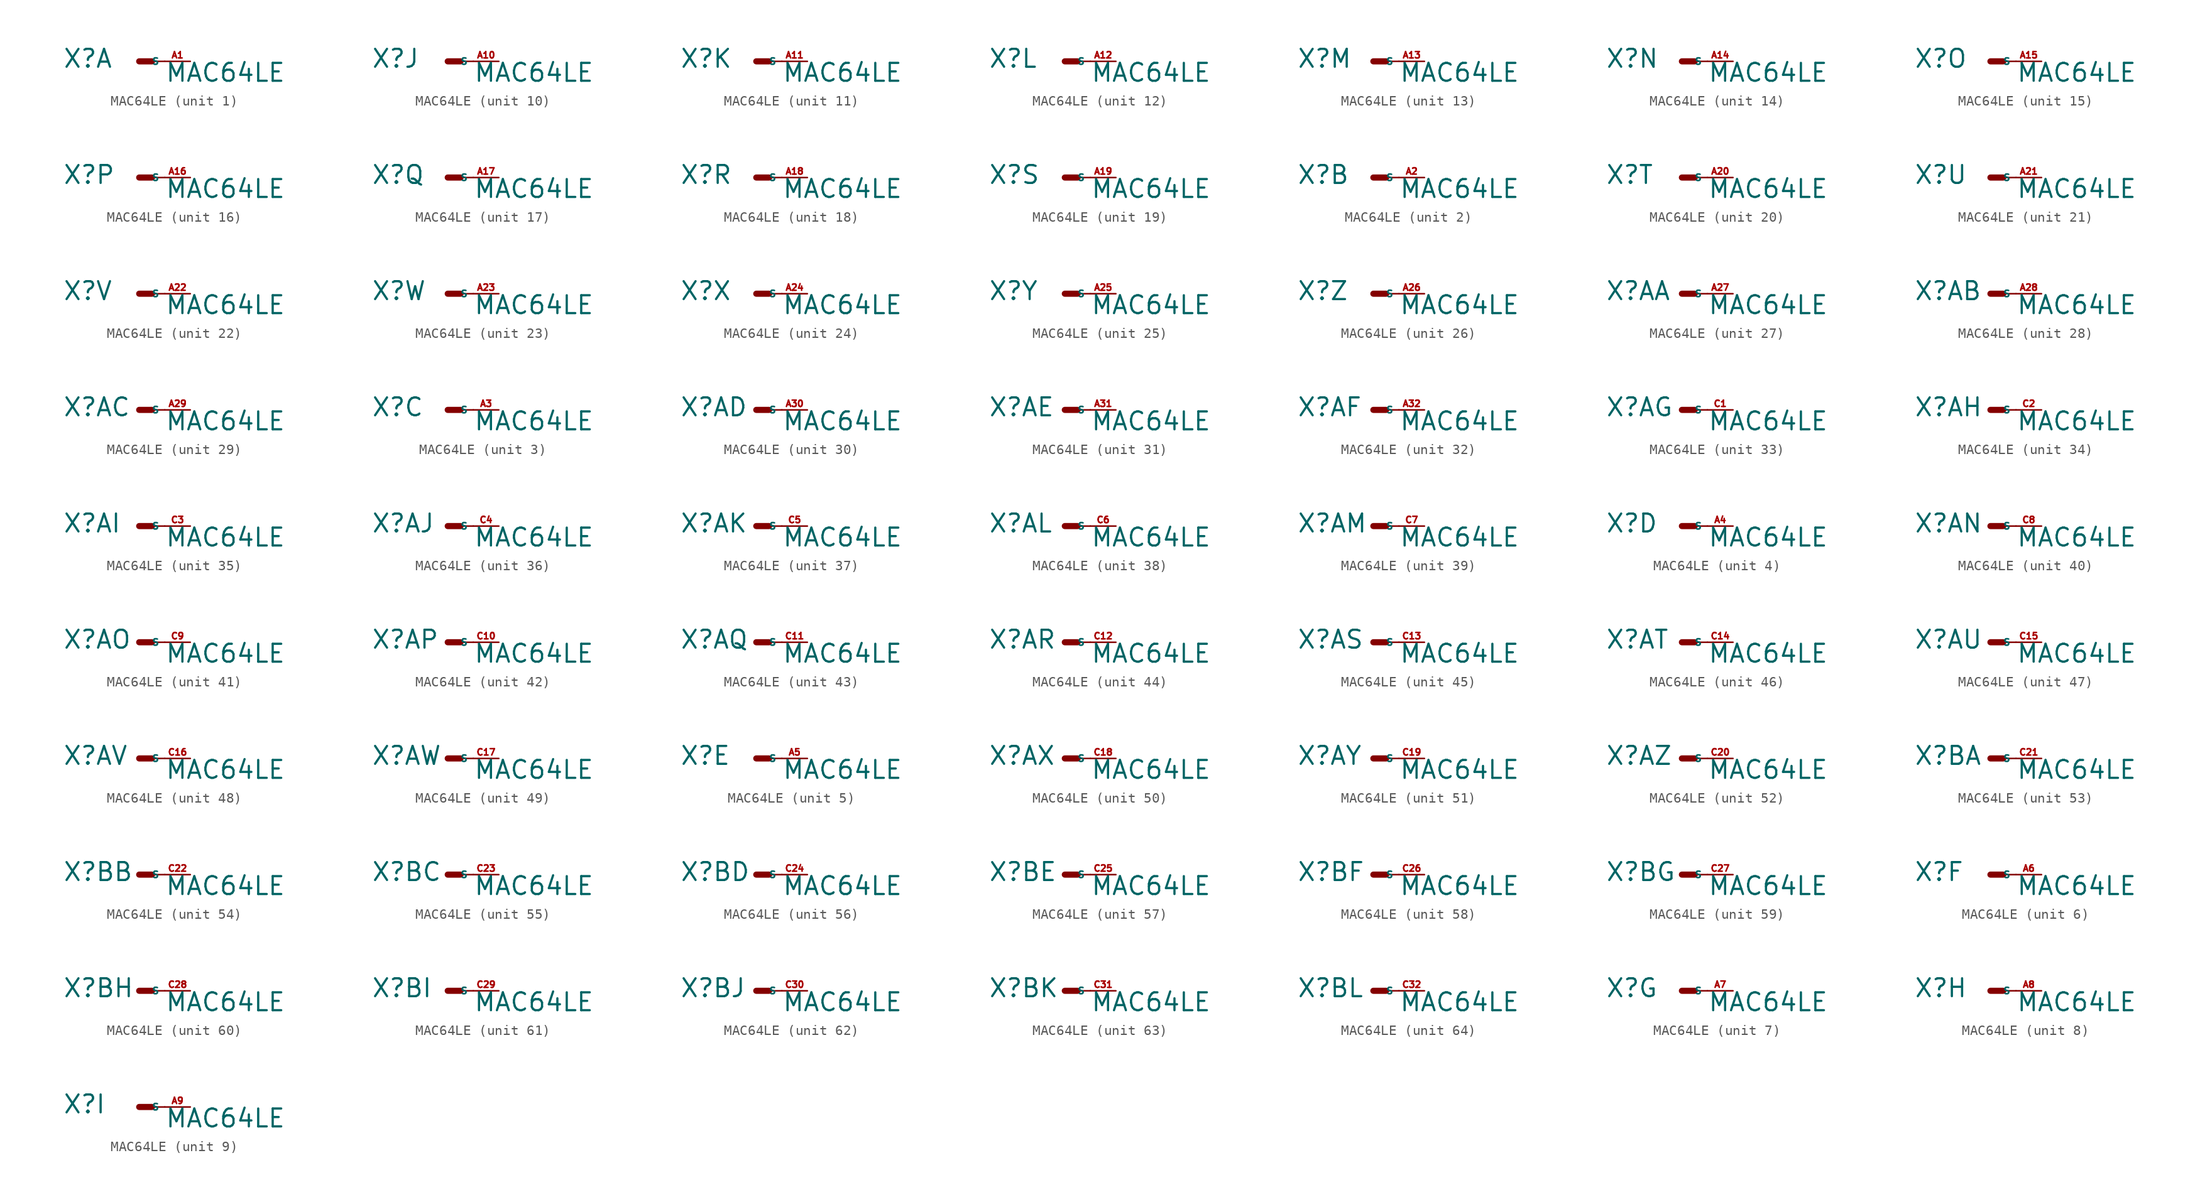
<source format=kicad_sym>
(kicad_symbol_lib
  (version 20220914)
  (generator Eagle2Kicad)
  (symbol "MAC64LE"
    (property "Reference" "X"
      (at -7.62 -0.762 0)
      (effects (font (size 1.778 1.778) (thickness 0.22)) (justify left bottom)))
    (property "Value" "MAC64LE"
      (at 2.54 -2.159 0)
      (effects (font (size 1.778 1.778) (thickness 0.22)) (justify left bottom)))
    (symbol "MAC64LE_1_0"
      (polyline (pts (xy 0 0) (xy 1.27 0)) (stroke (width 0.61) (type default)) (fill (type none)))
      (polyline (pts (xy 2.54 0) (xy 1.27 0)) (stroke (width 0.152) (type default)) (fill (type none)))
      (pin passive line (at 5.08 0 180) (length 2.54) (name "S" (effects (font (size 0.635 0.635) (thickness 0.08)) (justify left bottom))) (number "A1" (effects (font (size 0.635 0.635) (thickness 0.08)) (justify left bottom)))))
    (symbol "MAC64LE_2_0"
      (polyline (pts (xy 0 0) (xy 1.27 0)) (stroke (width 0.61) (type default)) (fill (type none)))
      (polyline (pts (xy 2.54 0) (xy 1.27 0)) (stroke (width 0.152) (type default)) (fill (type none)))
      (pin passive line (at 5.08 0 180) (length 2.54) (name "S" (effects (font (size 0.635 0.635) (thickness 0.08)) (justify left bottom))) (number "A2" (effects (font (size 0.635 0.635) (thickness 0.08)) (justify left bottom)))))
    (symbol "MAC64LE_3_0"
      (polyline (pts (xy 0 0) (xy 1.27 0)) (stroke (width 0.61) (type default)) (fill (type none)))
      (polyline (pts (xy 2.54 0) (xy 1.27 0)) (stroke (width 0.152) (type default)) (fill (type none)))
      (pin passive line (at 5.08 0 180) (length 2.54) (name "S" (effects (font (size 0.635 0.635) (thickness 0.08)) (justify left bottom))) (number "A3" (effects (font (size 0.635 0.635) (thickness 0.08)) (justify left bottom)))))
    (symbol "MAC64LE_4_0"
      (polyline (pts (xy 0 0) (xy 1.27 0)) (stroke (width 0.61) (type default)) (fill (type none)))
      (polyline (pts (xy 2.54 0) (xy 1.27 0)) (stroke (width 0.152) (type default)) (fill (type none)))
      (pin passive line (at 5.08 0 180) (length 2.54) (name "S" (effects (font (size 0.635 0.635) (thickness 0.08)) (justify left bottom))) (number "A4" (effects (font (size 0.635 0.635) (thickness 0.08)) (justify left bottom)))))
    (symbol "MAC64LE_5_0"
      (polyline (pts (xy 0 0) (xy 1.27 0)) (stroke (width 0.61) (type default)) (fill (type none)))
      (polyline (pts (xy 2.54 0) (xy 1.27 0)) (stroke (width 0.152) (type default)) (fill (type none)))
      (pin passive line (at 5.08 0 180) (length 2.54) (name "S" (effects (font (size 0.635 0.635) (thickness 0.08)) (justify left bottom))) (number "A5" (effects (font (size 0.635 0.635) (thickness 0.08)) (justify left bottom)))))
    (symbol "MAC64LE_6_0"
      (polyline (pts (xy 0 0) (xy 1.27 0)) (stroke (width 0.61) (type default)) (fill (type none)))
      (polyline (pts (xy 2.54 0) (xy 1.27 0)) (stroke (width 0.152) (type default)) (fill (type none)))
      (pin passive line (at 5.08 0 180) (length 2.54) (name "S" (effects (font (size 0.635 0.635) (thickness 0.08)) (justify left bottom))) (number "A6" (effects (font (size 0.635 0.635) (thickness 0.08)) (justify left bottom)))))
    (symbol "MAC64LE_7_0"
      (polyline (pts (xy 0 0) (xy 1.27 0)) (stroke (width 0.61) (type default)) (fill (type none)))
      (polyline (pts (xy 2.54 0) (xy 1.27 0)) (stroke (width 0.152) (type default)) (fill (type none)))
      (pin passive line (at 5.08 0 180) (length 2.54) (name "S" (effects (font (size 0.635 0.635) (thickness 0.08)) (justify left bottom))) (number "A7" (effects (font (size 0.635 0.635) (thickness 0.08)) (justify left bottom)))))
    (symbol "MAC64LE_8_0"
      (polyline (pts (xy 0 0) (xy 1.27 0)) (stroke (width 0.61) (type default)) (fill (type none)))
      (polyline (pts (xy 2.54 0) (xy 1.27 0)) (stroke (width 0.152) (type default)) (fill (type none)))
      (pin passive line (at 5.08 0 180) (length 2.54) (name "S" (effects (font (size 0.635 0.635) (thickness 0.08)) (justify left bottom))) (number "A8" (effects (font (size 0.635 0.635) (thickness 0.08)) (justify left bottom)))))
    (symbol "MAC64LE_9_0"
      (polyline (pts (xy 0 0) (xy 1.27 0)) (stroke (width 0.61) (type default)) (fill (type none)))
      (polyline (pts (xy 2.54 0) (xy 1.27 0)) (stroke (width 0.152) (type default)) (fill (type none)))
      (pin passive line (at 5.08 0 180) (length 2.54) (name "S" (effects (font (size 0.635 0.635) (thickness 0.08)) (justify left bottom))) (number "A9" (effects (font (size 0.635 0.635) (thickness 0.08)) (justify left bottom)))))
    (symbol "MAC64LE_10_0"
      (polyline (pts (xy 0 0) (xy 1.27 0)) (stroke (width 0.61) (type default)) (fill (type none)))
      (polyline (pts (xy 2.54 0) (xy 1.27 0)) (stroke (width 0.152) (type default)) (fill (type none)))
      (pin passive line (at 5.08 0 180) (length 2.54) (name "S" (effects (font (size 0.635 0.635) (thickness 0.08)) (justify left bottom))) (number "A10" (effects (font (size 0.635 0.635) (thickness 0.08)) (justify left bottom)))))
    (symbol "MAC64LE_11_0"
      (polyline (pts (xy 0 0) (xy 1.27 0)) (stroke (width 0.61) (type default)) (fill (type none)))
      (polyline (pts (xy 2.54 0) (xy 1.27 0)) (stroke (width 0.152) (type default)) (fill (type none)))
      (pin passive line (at 5.08 0 180) (length 2.54) (name "S" (effects (font (size 0.635 0.635) (thickness 0.08)) (justify left bottom))) (number "A11" (effects (font (size 0.635 0.635) (thickness 0.08)) (justify left bottom)))))
    (symbol "MAC64LE_12_0"
      (polyline (pts (xy 0 0) (xy 1.27 0)) (stroke (width 0.61) (type default)) (fill (type none)))
      (polyline (pts (xy 2.54 0) (xy 1.27 0)) (stroke (width 0.152) (type default)) (fill (type none)))
      (pin passive line (at 5.08 0 180) (length 2.54) (name "S" (effects (font (size 0.635 0.635) (thickness 0.08)) (justify left bottom))) (number "A12" (effects (font (size 0.635 0.635) (thickness 0.08)) (justify left bottom)))))
    (symbol "MAC64LE_13_0"
      (polyline (pts (xy 0 0) (xy 1.27 0)) (stroke (width 0.61) (type default)) (fill (type none)))
      (polyline (pts (xy 2.54 0) (xy 1.27 0)) (stroke (width 0.152) (type default)) (fill (type none)))
      (pin passive line (at 5.08 0 180) (length 2.54) (name "S" (effects (font (size 0.635 0.635) (thickness 0.08)) (justify left bottom))) (number "A13" (effects (font (size 0.635 0.635) (thickness 0.08)) (justify left bottom)))))
    (symbol "MAC64LE_14_0"
      (polyline (pts (xy 0 0) (xy 1.27 0)) (stroke (width 0.61) (type default)) (fill (type none)))
      (polyline (pts (xy 2.54 0) (xy 1.27 0)) (stroke (width 0.152) (type default)) (fill (type none)))
      (pin passive line (at 5.08 0 180) (length 2.54) (name "S" (effects (font (size 0.635 0.635) (thickness 0.08)) (justify left bottom))) (number "A14" (effects (font (size 0.635 0.635) (thickness 0.08)) (justify left bottom)))))
    (symbol "MAC64LE_15_0"
      (polyline (pts (xy 0 0) (xy 1.27 0)) (stroke (width 0.61) (type default)) (fill (type none)))
      (polyline (pts (xy 2.54 0) (xy 1.27 0)) (stroke (width 0.152) (type default)) (fill (type none)))
      (pin passive line (at 5.08 0 180) (length 2.54) (name "S" (effects (font (size 0.635 0.635) (thickness 0.08)) (justify left bottom))) (number "A15" (effects (font (size 0.635 0.635) (thickness 0.08)) (justify left bottom)))))
    (symbol "MAC64LE_16_0"
      (polyline (pts (xy 0 0) (xy 1.27 0)) (stroke (width 0.61) (type default)) (fill (type none)))
      (polyline (pts (xy 2.54 0) (xy 1.27 0)) (stroke (width 0.152) (type default)) (fill (type none)))
      (pin passive line (at 5.08 0 180) (length 2.54) (name "S" (effects (font (size 0.635 0.635) (thickness 0.08)) (justify left bottom))) (number "A16" (effects (font (size 0.635 0.635) (thickness 0.08)) (justify left bottom)))))
    (symbol "MAC64LE_17_0"
      (polyline (pts (xy 0 0) (xy 1.27 0)) (stroke (width 0.61) (type default)) (fill (type none)))
      (polyline (pts (xy 2.54 0) (xy 1.27 0)) (stroke (width 0.152) (type default)) (fill (type none)))
      (pin passive line (at 5.08 0 180) (length 2.54) (name "S" (effects (font (size 0.635 0.635) (thickness 0.08)) (justify left bottom))) (number "A17" (effects (font (size 0.635 0.635) (thickness 0.08)) (justify left bottom)))))
    (symbol "MAC64LE_18_0"
      (polyline (pts (xy 0 0) (xy 1.27 0)) (stroke (width 0.61) (type default)) (fill (type none)))
      (polyline (pts (xy 2.54 0) (xy 1.27 0)) (stroke (width 0.152) (type default)) (fill (type none)))
      (pin passive line (at 5.08 0 180) (length 2.54) (name "S" (effects (font (size 0.635 0.635) (thickness 0.08)) (justify left bottom))) (number "A18" (effects (font (size 0.635 0.635) (thickness 0.08)) (justify left bottom)))))
    (symbol "MAC64LE_19_0"
      (polyline (pts (xy 0 0) (xy 1.27 0)) (stroke (width 0.61) (type default)) (fill (type none)))
      (polyline (pts (xy 2.54 0) (xy 1.27 0)) (stroke (width 0.152) (type default)) (fill (type none)))
      (pin passive line (at 5.08 0 180) (length 2.54) (name "S" (effects (font (size 0.635 0.635) (thickness 0.08)) (justify left bottom))) (number "A19" (effects (font (size 0.635 0.635) (thickness 0.08)) (justify left bottom)))))
    (symbol "MAC64LE_20_0"
      (polyline (pts (xy 0 0) (xy 1.27 0)) (stroke (width 0.61) (type default)) (fill (type none)))
      (polyline (pts (xy 2.54 0) (xy 1.27 0)) (stroke (width 0.152) (type default)) (fill (type none)))
      (pin passive line (at 5.08 0 180) (length 2.54) (name "S" (effects (font (size 0.635 0.635) (thickness 0.08)) (justify left bottom))) (number "A20" (effects (font (size 0.635 0.635) (thickness 0.08)) (justify left bottom)))))
    (symbol "MAC64LE_21_0"
      (polyline (pts (xy 0 0) (xy 1.27 0)) (stroke (width 0.61) (type default)) (fill (type none)))
      (polyline (pts (xy 2.54 0) (xy 1.27 0)) (stroke (width 0.152) (type default)) (fill (type none)))
      (pin passive line (at 5.08 0 180) (length 2.54) (name "S" (effects (font (size 0.635 0.635) (thickness 0.08)) (justify left bottom))) (number "A21" (effects (font (size 0.635 0.635) (thickness 0.08)) (justify left bottom)))))
    (symbol "MAC64LE_22_0"
      (polyline (pts (xy 0 0) (xy 1.27 0)) (stroke (width 0.61) (type default)) (fill (type none)))
      (polyline (pts (xy 2.54 0) (xy 1.27 0)) (stroke (width 0.152) (type default)) (fill (type none)))
      (pin passive line (at 5.08 0 180) (length 2.54) (name "S" (effects (font (size 0.635 0.635) (thickness 0.08)) (justify left bottom))) (number "A22" (effects (font (size 0.635 0.635) (thickness 0.08)) (justify left bottom)))))
    (symbol "MAC64LE_23_0"
      (polyline (pts (xy 0 0) (xy 1.27 0)) (stroke (width 0.61) (type default)) (fill (type none)))
      (polyline (pts (xy 2.54 0) (xy 1.27 0)) (stroke (width 0.152) (type default)) (fill (type none)))
      (pin passive line (at 5.08 0 180) (length 2.54) (name "S" (effects (font (size 0.635 0.635) (thickness 0.08)) (justify left bottom))) (number "A23" (effects (font (size 0.635 0.635) (thickness 0.08)) (justify left bottom)))))
    (symbol "MAC64LE_24_0"
      (polyline (pts (xy 0 0) (xy 1.27 0)) (stroke (width 0.61) (type default)) (fill (type none)))
      (polyline (pts (xy 2.54 0) (xy 1.27 0)) (stroke (width 0.152) (type default)) (fill (type none)))
      (pin passive line (at 5.08 0 180) (length 2.54) (name "S" (effects (font (size 0.635 0.635) (thickness 0.08)) (justify left bottom))) (number "A24" (effects (font (size 0.635 0.635) (thickness 0.08)) (justify left bottom)))))
    (symbol "MAC64LE_25_0"
      (polyline (pts (xy 0 0) (xy 1.27 0)) (stroke (width 0.61) (type default)) (fill (type none)))
      (polyline (pts (xy 2.54 0) (xy 1.27 0)) (stroke (width 0.152) (type default)) (fill (type none)))
      (pin passive line (at 5.08 0 180) (length 2.54) (name "S" (effects (font (size 0.635 0.635) (thickness 0.08)) (justify left bottom))) (number "A25" (effects (font (size 0.635 0.635) (thickness 0.08)) (justify left bottom)))))
    (symbol "MAC64LE_26_0"
      (polyline (pts (xy 0 0) (xy 1.27 0)) (stroke (width 0.61) (type default)) (fill (type none)))
      (polyline (pts (xy 2.54 0) (xy 1.27 0)) (stroke (width 0.152) (type default)) (fill (type none)))
      (pin passive line (at 5.08 0 180) (length 2.54) (name "S" (effects (font (size 0.635 0.635) (thickness 0.08)) (justify left bottom))) (number "A26" (effects (font (size 0.635 0.635) (thickness 0.08)) (justify left bottom)))))
    (symbol "MAC64LE_27_0"
      (polyline (pts (xy 0 0) (xy 1.27 0)) (stroke (width 0.61) (type default)) (fill (type none)))
      (polyline (pts (xy 2.54 0) (xy 1.27 0)) (stroke (width 0.152) (type default)) (fill (type none)))
      (pin passive line (at 5.08 0 180) (length 2.54) (name "S" (effects (font (size 0.635 0.635) (thickness 0.08)) (justify left bottom))) (number "A27" (effects (font (size 0.635 0.635) (thickness 0.08)) (justify left bottom)))))
    (symbol "MAC64LE_28_0"
      (polyline (pts (xy 0 0) (xy 1.27 0)) (stroke (width 0.61) (type default)) (fill (type none)))
      (polyline (pts (xy 2.54 0) (xy 1.27 0)) (stroke (width 0.152) (type default)) (fill (type none)))
      (pin passive line (at 5.08 0 180) (length 2.54) (name "S" (effects (font (size 0.635 0.635) (thickness 0.08)) (justify left bottom))) (number "A28" (effects (font (size 0.635 0.635) (thickness 0.08)) (justify left bottom)))))
    (symbol "MAC64LE_29_0"
      (polyline (pts (xy 0 0) (xy 1.27 0)) (stroke (width 0.61) (type default)) (fill (type none)))
      (polyline (pts (xy 2.54 0) (xy 1.27 0)) (stroke (width 0.152) (type default)) (fill (type none)))
      (pin passive line (at 5.08 0 180) (length 2.54) (name "S" (effects (font (size 0.635 0.635) (thickness 0.08)) (justify left bottom))) (number "A29" (effects (font (size 0.635 0.635) (thickness 0.08)) (justify left bottom)))))
    (symbol "MAC64LE_30_0"
      (polyline (pts (xy 0 0) (xy 1.27 0)) (stroke (width 0.61) (type default)) (fill (type none)))
      (polyline (pts (xy 2.54 0) (xy 1.27 0)) (stroke (width 0.152) (type default)) (fill (type none)))
      (pin passive line (at 5.08 0 180) (length 2.54) (name "S" (effects (font (size 0.635 0.635) (thickness 0.08)) (justify left bottom))) (number "A30" (effects (font (size 0.635 0.635) (thickness 0.08)) (justify left bottom)))))
    (symbol "MAC64LE_31_0"
      (polyline (pts (xy 0 0) (xy 1.27 0)) (stroke (width 0.61) (type default)) (fill (type none)))
      (polyline (pts (xy 2.54 0) (xy 1.27 0)) (stroke (width 0.152) (type default)) (fill (type none)))
      (pin passive line (at 5.08 0 180) (length 2.54) (name "S" (effects (font (size 0.635 0.635) (thickness 0.08)) (justify left bottom))) (number "A31" (effects (font (size 0.635 0.635) (thickness 0.08)) (justify left bottom)))))
    (symbol "MAC64LE_32_0"
      (polyline (pts (xy 0 0) (xy 1.27 0)) (stroke (width 0.61) (type default)) (fill (type none)))
      (polyline (pts (xy 2.54 0) (xy 1.27 0)) (stroke (width 0.152) (type default)) (fill (type none)))
      (pin passive line (at 5.08 0 180) (length 2.54) (name "S" (effects (font (size 0.635 0.635) (thickness 0.08)) (justify left bottom))) (number "A32" (effects (font (size 0.635 0.635) (thickness 0.08)) (justify left bottom)))))
    (symbol "MAC64LE_33_0"
      (polyline (pts (xy 0 0) (xy 1.27 0)) (stroke (width 0.61) (type default)) (fill (type none)))
      (polyline (pts (xy 2.54 0) (xy 1.27 0)) (stroke (width 0.152) (type default)) (fill (type none)))
      (pin passive line (at 5.08 0 180) (length 2.54) (name "S" (effects (font (size 0.635 0.635) (thickness 0.08)) (justify left bottom))) (number "C1" (effects (font (size 0.635 0.635) (thickness 0.08)) (justify left bottom)))))
    (symbol "MAC64LE_34_0"
      (polyline (pts (xy 0 0) (xy 1.27 0)) (stroke (width 0.61) (type default)) (fill (type none)))
      (polyline (pts (xy 2.54 0) (xy 1.27 0)) (stroke (width 0.152) (type default)) (fill (type none)))
      (pin passive line (at 5.08 0 180) (length 2.54) (name "S" (effects (font (size 0.635 0.635) (thickness 0.08)) (justify left bottom))) (number "C2" (effects (font (size 0.635 0.635) (thickness 0.08)) (justify left bottom)))))
    (symbol "MAC64LE_35_0"
      (polyline (pts (xy 0 0) (xy 1.27 0)) (stroke (width 0.61) (type default)) (fill (type none)))
      (polyline (pts (xy 2.54 0) (xy 1.27 0)) (stroke (width 0.152) (type default)) (fill (type none)))
      (pin passive line (at 5.08 0 180) (length 2.54) (name "S" (effects (font (size 0.635 0.635) (thickness 0.08)) (justify left bottom))) (number "C3" (effects (font (size 0.635 0.635) (thickness 0.08)) (justify left bottom)))))
    (symbol "MAC64LE_36_0"
      (polyline (pts (xy 0 0) (xy 1.27 0)) (stroke (width 0.61) (type default)) (fill (type none)))
      (polyline (pts (xy 2.54 0) (xy 1.27 0)) (stroke (width 0.152) (type default)) (fill (type none)))
      (pin passive line (at 5.08 0 180) (length 2.54) (name "S" (effects (font (size 0.635 0.635) (thickness 0.08)) (justify left bottom))) (number "C4" (effects (font (size 0.635 0.635) (thickness 0.08)) (justify left bottom)))))
    (symbol "MAC64LE_37_0"
      (polyline (pts (xy 0 0) (xy 1.27 0)) (stroke (width 0.61) (type default)) (fill (type none)))
      (polyline (pts (xy 2.54 0) (xy 1.27 0)) (stroke (width 0.152) (type default)) (fill (type none)))
      (pin passive line (at 5.08 0 180) (length 2.54) (name "S" (effects (font (size 0.635 0.635) (thickness 0.08)) (justify left bottom))) (number "C5" (effects (font (size 0.635 0.635) (thickness 0.08)) (justify left bottom)))))
    (symbol "MAC64LE_38_0"
      (polyline (pts (xy 0 0) (xy 1.27 0)) (stroke (width 0.61) (type default)) (fill (type none)))
      (polyline (pts (xy 2.54 0) (xy 1.27 0)) (stroke (width 0.152) (type default)) (fill (type none)))
      (pin passive line (at 5.08 0 180) (length 2.54) (name "S" (effects (font (size 0.635 0.635) (thickness 0.08)) (justify left bottom))) (number "C6" (effects (font (size 0.635 0.635) (thickness 0.08)) (justify left bottom)))))
    (symbol "MAC64LE_39_0"
      (polyline (pts (xy 0 0) (xy 1.27 0)) (stroke (width 0.61) (type default)) (fill (type none)))
      (polyline (pts (xy 2.54 0) (xy 1.27 0)) (stroke (width 0.152) (type default)) (fill (type none)))
      (pin passive line (at 5.08 0 180) (length 2.54) (name "S" (effects (font (size 0.635 0.635) (thickness 0.08)) (justify left bottom))) (number "C7" (effects (font (size 0.635 0.635) (thickness 0.08)) (justify left bottom)))))
    (symbol "MAC64LE_40_0"
      (polyline (pts (xy 0 0) (xy 1.27 0)) (stroke (width 0.61) (type default)) (fill (type none)))
      (polyline (pts (xy 2.54 0) (xy 1.27 0)) (stroke (width 0.152) (type default)) (fill (type none)))
      (pin passive line (at 5.08 0 180) (length 2.54) (name "S" (effects (font (size 0.635 0.635) (thickness 0.08)) (justify left bottom))) (number "C8" (effects (font (size 0.635 0.635) (thickness 0.08)) (justify left bottom)))))
    (symbol "MAC64LE_41_0"
      (polyline (pts (xy 0 0) (xy 1.27 0)) (stroke (width 0.61) (type default)) (fill (type none)))
      (polyline (pts (xy 2.54 0) (xy 1.27 0)) (stroke (width 0.152) (type default)) (fill (type none)))
      (pin passive line (at 5.08 0 180) (length 2.54) (name "S" (effects (font (size 0.635 0.635) (thickness 0.08)) (justify left bottom))) (number "C9" (effects (font (size 0.635 0.635) (thickness 0.08)) (justify left bottom)))))
    (symbol "MAC64LE_42_0"
      (polyline (pts (xy 0 0) (xy 1.27 0)) (stroke (width 0.61) (type default)) (fill (type none)))
      (polyline (pts (xy 2.54 0) (xy 1.27 0)) (stroke (width 0.152) (type default)) (fill (type none)))
      (pin passive line (at 5.08 0 180) (length 2.54) (name "S" (effects (font (size 0.635 0.635) (thickness 0.08)) (justify left bottom))) (number "C10" (effects (font (size 0.635 0.635) (thickness 0.08)) (justify left bottom)))))
    (symbol "MAC64LE_43_0"
      (polyline (pts (xy 0 0) (xy 1.27 0)) (stroke (width 0.61) (type default)) (fill (type none)))
      (polyline (pts (xy 2.54 0) (xy 1.27 0)) (stroke (width 0.152) (type default)) (fill (type none)))
      (pin passive line (at 5.08 0 180) (length 2.54) (name "S" (effects (font (size 0.635 0.635) (thickness 0.08)) (justify left bottom))) (number "C11" (effects (font (size 0.635 0.635) (thickness 0.08)) (justify left bottom)))))
    (symbol "MAC64LE_44_0"
      (polyline (pts (xy 0 0) (xy 1.27 0)) (stroke (width 0.61) (type default)) (fill (type none)))
      (polyline (pts (xy 2.54 0) (xy 1.27 0)) (stroke (width 0.152) (type default)) (fill (type none)))
      (pin passive line (at 5.08 0 180) (length 2.54) (name "S" (effects (font (size 0.635 0.635) (thickness 0.08)) (justify left bottom))) (number "C12" (effects (font (size 0.635 0.635) (thickness 0.08)) (justify left bottom)))))
    (symbol "MAC64LE_45_0"
      (polyline (pts (xy 0 0) (xy 1.27 0)) (stroke (width 0.61) (type default)) (fill (type none)))
      (polyline (pts (xy 2.54 0) (xy 1.27 0)) (stroke (width 0.152) (type default)) (fill (type none)))
      (pin passive line (at 5.08 0 180) (length 2.54) (name "S" (effects (font (size 0.635 0.635) (thickness 0.08)) (justify left bottom))) (number "C13" (effects (font (size 0.635 0.635) (thickness 0.08)) (justify left bottom)))))
    (symbol "MAC64LE_46_0"
      (polyline (pts (xy 0 0) (xy 1.27 0)) (stroke (width 0.61) (type default)) (fill (type none)))
      (polyline (pts (xy 2.54 0) (xy 1.27 0)) (stroke (width 0.152) (type default)) (fill (type none)))
      (pin passive line (at 5.08 0 180) (length 2.54) (name "S" (effects (font (size 0.635 0.635) (thickness 0.08)) (justify left bottom))) (number "C14" (effects (font (size 0.635 0.635) (thickness 0.08)) (justify left bottom)))))
    (symbol "MAC64LE_47_0"
      (polyline (pts (xy 0 0) (xy 1.27 0)) (stroke (width 0.61) (type default)) (fill (type none)))
      (polyline (pts (xy 2.54 0) (xy 1.27 0)) (stroke (width 0.152) (type default)) (fill (type none)))
      (pin passive line (at 5.08 0 180) (length 2.54) (name "S" (effects (font (size 0.635 0.635) (thickness 0.08)) (justify left bottom))) (number "C15" (effects (font (size 0.635 0.635) (thickness 0.08)) (justify left bottom)))))
    (symbol "MAC64LE_48_0"
      (polyline (pts (xy 0 0) (xy 1.27 0)) (stroke (width 0.61) (type default)) (fill (type none)))
      (polyline (pts (xy 2.54 0) (xy 1.27 0)) (stroke (width 0.152) (type default)) (fill (type none)))
      (pin passive line (at 5.08 0 180) (length 2.54) (name "S" (effects (font (size 0.635 0.635) (thickness 0.08)) (justify left bottom))) (number "C16" (effects (font (size 0.635 0.635) (thickness 0.08)) (justify left bottom)))))
    (symbol "MAC64LE_49_0"
      (polyline (pts (xy 0 0) (xy 1.27 0)) (stroke (width 0.61) (type default)) (fill (type none)))
      (polyline (pts (xy 2.54 0) (xy 1.27 0)) (stroke (width 0.152) (type default)) (fill (type none)))
      (pin passive line (at 5.08 0 180) (length 2.54) (name "S" (effects (font (size 0.635 0.635) (thickness 0.08)) (justify left bottom))) (number "C17" (effects (font (size 0.635 0.635) (thickness 0.08)) (justify left bottom)))))
    (symbol "MAC64LE_50_0"
      (polyline (pts (xy 0 0) (xy 1.27 0)) (stroke (width 0.61) (type default)) (fill (type none)))
      (polyline (pts (xy 2.54 0) (xy 1.27 0)) (stroke (width 0.152) (type default)) (fill (type none)))
      (pin passive line (at 5.08 0 180) (length 2.54) (name "S" (effects (font (size 0.635 0.635) (thickness 0.08)) (justify left bottom))) (number "C18" (effects (font (size 0.635 0.635) (thickness 0.08)) (justify left bottom)))))
    (symbol "MAC64LE_51_0"
      (polyline (pts (xy 0 0) (xy 1.27 0)) (stroke (width 0.61) (type default)) (fill (type none)))
      (polyline (pts (xy 2.54 0) (xy 1.27 0)) (stroke (width 0.152) (type default)) (fill (type none)))
      (pin passive line (at 5.08 0 180) (length 2.54) (name "S" (effects (font (size 0.635 0.635) (thickness 0.08)) (justify left bottom))) (number "C19" (effects (font (size 0.635 0.635) (thickness 0.08)) (justify left bottom)))))
    (symbol "MAC64LE_52_0"
      (polyline (pts (xy 0 0) (xy 1.27 0)) (stroke (width 0.61) (type default)) (fill (type none)))
      (polyline (pts (xy 2.54 0) (xy 1.27 0)) (stroke (width 0.152) (type default)) (fill (type none)))
      (pin passive line (at 5.08 0 180) (length 2.54) (name "S" (effects (font (size 0.635 0.635) (thickness 0.08)) (justify left bottom))) (number "C20" (effects (font (size 0.635 0.635) (thickness 0.08)) (justify left bottom)))))
    (symbol "MAC64LE_53_0"
      (polyline (pts (xy 0 0) (xy 1.27 0)) (stroke (width 0.61) (type default)) (fill (type none)))
      (polyline (pts (xy 2.54 0) (xy 1.27 0)) (stroke (width 0.152) (type default)) (fill (type none)))
      (pin passive line (at 5.08 0 180) (length 2.54) (name "S" (effects (font (size 0.635 0.635) (thickness 0.08)) (justify left bottom))) (number "C21" (effects (font (size 0.635 0.635) (thickness 0.08)) (justify left bottom)))))
    (symbol "MAC64LE_54_0"
      (polyline (pts (xy 0 0) (xy 1.27 0)) (stroke (width 0.61) (type default)) (fill (type none)))
      (polyline (pts (xy 2.54 0) (xy 1.27 0)) (stroke (width 0.152) (type default)) (fill (type none)))
      (pin passive line (at 5.08 0 180) (length 2.54) (name "S" (effects (font (size 0.635 0.635) (thickness 0.08)) (justify left bottom))) (number "C22" (effects (font (size 0.635 0.635) (thickness 0.08)) (justify left bottom)))))
    (symbol "MAC64LE_55_0"
      (polyline (pts (xy 0 0) (xy 1.27 0)) (stroke (width 0.61) (type default)) (fill (type none)))
      (polyline (pts (xy 2.54 0) (xy 1.27 0)) (stroke (width 0.152) (type default)) (fill (type none)))
      (pin passive line (at 5.08 0 180) (length 2.54) (name "S" (effects (font (size 0.635 0.635) (thickness 0.08)) (justify left bottom))) (number "C23" (effects (font (size 0.635 0.635) (thickness 0.08)) (justify left bottom)))))
    (symbol "MAC64LE_56_0"
      (polyline (pts (xy 0 0) (xy 1.27 0)) (stroke (width 0.61) (type default)) (fill (type none)))
      (polyline (pts (xy 2.54 0) (xy 1.27 0)) (stroke (width 0.152) (type default)) (fill (type none)))
      (pin passive line (at 5.08 0 180) (length 2.54) (name "S" (effects (font (size 0.635 0.635) (thickness 0.08)) (justify left bottom))) (number "C24" (effects (font (size 0.635 0.635) (thickness 0.08)) (justify left bottom)))))
    (symbol "MAC64LE_57_0"
      (polyline (pts (xy 0 0) (xy 1.27 0)) (stroke (width 0.61) (type default)) (fill (type none)))
      (polyline (pts (xy 2.54 0) (xy 1.27 0)) (stroke (width 0.152) (type default)) (fill (type none)))
      (pin passive line (at 5.08 0 180) (length 2.54) (name "S" (effects (font (size 0.635 0.635) (thickness 0.08)) (justify left bottom))) (number "C25" (effects (font (size 0.635 0.635) (thickness 0.08)) (justify left bottom)))))
    (symbol "MAC64LE_58_0"
      (polyline (pts (xy 0 0) (xy 1.27 0)) (stroke (width 0.61) (type default)) (fill (type none)))
      (polyline (pts (xy 2.54 0) (xy 1.27 0)) (stroke (width 0.152) (type default)) (fill (type none)))
      (pin passive line (at 5.08 0 180) (length 2.54) (name "S" (effects (font (size 0.635 0.635) (thickness 0.08)) (justify left bottom))) (number "C26" (effects (font (size 0.635 0.635) (thickness 0.08)) (justify left bottom)))))
    (symbol "MAC64LE_59_0"
      (polyline (pts (xy 0 0) (xy 1.27 0)) (stroke (width 0.61) (type default)) (fill (type none)))
      (polyline (pts (xy 2.54 0) (xy 1.27 0)) (stroke (width 0.152) (type default)) (fill (type none)))
      (pin passive line (at 5.08 0 180) (length 2.54) (name "S" (effects (font (size 0.635 0.635) (thickness 0.08)) (justify left bottom))) (number "C27" (effects (font (size 0.635 0.635) (thickness 0.08)) (justify left bottom)))))
    (symbol "MAC64LE_60_0"
      (polyline (pts (xy 0 0) (xy 1.27 0)) (stroke (width 0.61) (type default)) (fill (type none)))
      (polyline (pts (xy 2.54 0) (xy 1.27 0)) (stroke (width 0.152) (type default)) (fill (type none)))
      (pin passive line (at 5.08 0 180) (length 2.54) (name "S" (effects (font (size 0.635 0.635) (thickness 0.08)) (justify left bottom))) (number "C28" (effects (font (size 0.635 0.635) (thickness 0.08)) (justify left bottom)))))
    (symbol "MAC64LE_61_0"
      (polyline (pts (xy 0 0) (xy 1.27 0)) (stroke (width 0.61) (type default)) (fill (type none)))
      (polyline (pts (xy 2.54 0) (xy 1.27 0)) (stroke (width 0.152) (type default)) (fill (type none)))
      (pin passive line (at 5.08 0 180) (length 2.54) (name "S" (effects (font (size 0.635 0.635) (thickness 0.08)) (justify left bottom))) (number "C29" (effects (font (size 0.635 0.635) (thickness 0.08)) (justify left bottom)))))
    (symbol "MAC64LE_62_0"
      (polyline (pts (xy 0 0) (xy 1.27 0)) (stroke (width 0.61) (type default)) (fill (type none)))
      (polyline (pts (xy 2.54 0) (xy 1.27 0)) (stroke (width 0.152) (type default)) (fill (type none)))
      (pin passive line (at 5.08 0 180) (length 2.54) (name "S" (effects (font (size 0.635 0.635) (thickness 0.08)) (justify left bottom))) (number "C30" (effects (font (size 0.635 0.635) (thickness 0.08)) (justify left bottom)))))
    (symbol "MAC64LE_63_0"
      (polyline (pts (xy 0 0) (xy 1.27 0)) (stroke (width 0.61) (type default)) (fill (type none)))
      (polyline (pts (xy 2.54 0) (xy 1.27 0)) (stroke (width 0.152) (type default)) (fill (type none)))
      (pin passive line (at 5.08 0 180) (length 2.54) (name "S" (effects (font (size 0.635 0.635) (thickness 0.08)) (justify left bottom))) (number "C31" (effects (font (size 0.635 0.635) (thickness 0.08)) (justify left bottom)))))
    (symbol "MAC64LE_64_0"
      (polyline (pts (xy 0 0) (xy 1.27 0)) (stroke (width 0.61) (type default)) (fill (type none)))
      (polyline (pts (xy 2.54 0) (xy 1.27 0)) (stroke (width 0.152) (type default)) (fill (type none)))
      (pin passive line (at 5.08 0 180) (length 2.54) (name "S" (effects (font (size 0.635 0.635) (thickness 0.08)) (justify left bottom))) (number "C32" (effects (font (size 0.635 0.635) (thickness 0.08)) (justify left bottom)))))))
</source>
